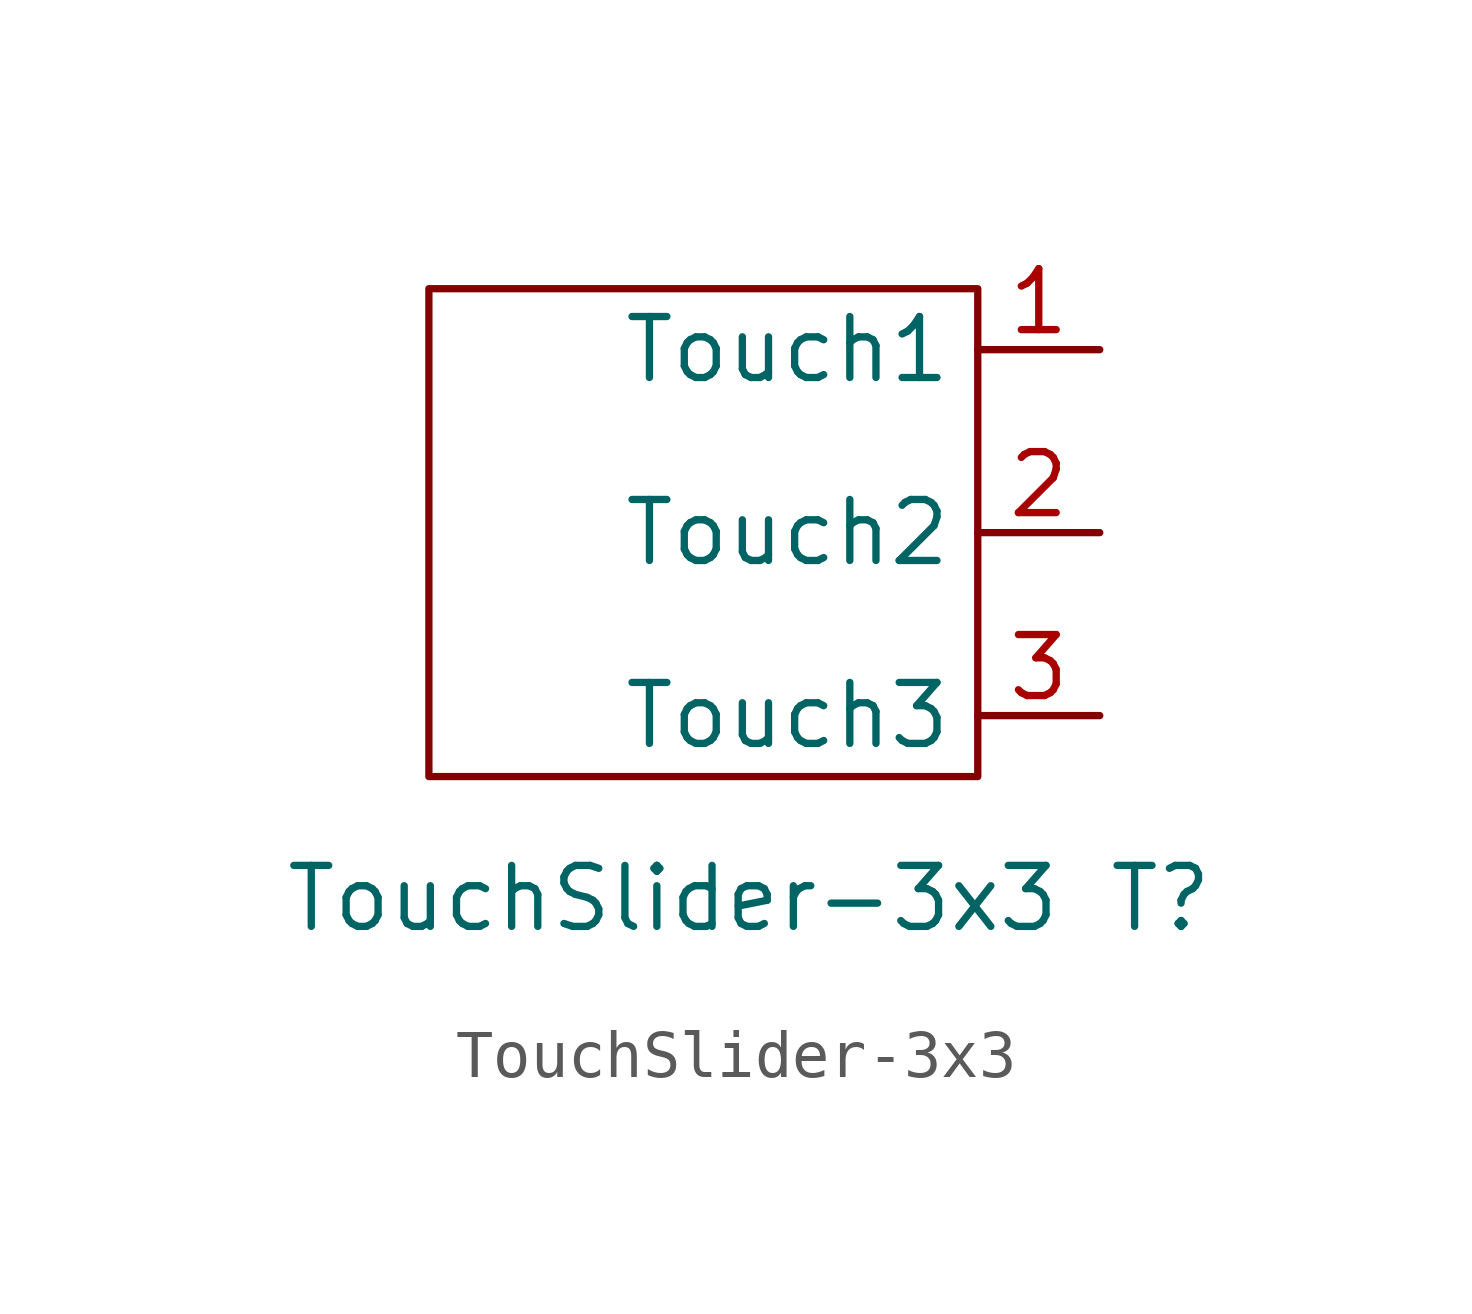
<source format=kicad_sym>
(kicad_symbol_lib
  (version 20211014)
  (generator kicad_symbol_editor)
  (symbol "TouchSlider-3x3"
    (property "Reference" "T"
      (at 10.16 -6.35 0)
      (effects (font (size 1.27 1.27))))
    (property "Value" "TouchSlider-3x3"
      (at 0 -6.35 0)
      (effects (font (size 1.27 1.27))))
    (symbol "TouchSlider-3x3_0_1"
      (rectangle (start -5.08 6.35) (end 6.35 -3.81) (stroke (width 0.152) (type default) (color 0 0 0 0)) (fill (type none))))
    (symbol "TouchSlider-3x3_1_1"
      (pin bidirectional line (at 8.89 5.08 180) (length 2.54) (name "Touch1" (effects (font (size 1.27 1.27)))) (number "1" (effects (font (size 1.27 1.27)))))
      (pin bidirectional line (at 8.89 1.27 180) (length 2.54) (name "Touch2" (effects (font (size 1.27 1.27)))) (number "2" (effects (font (size 1.27 1.27)))))
      (pin bidirectional line (at 8.89 -2.54 180) (length 2.54) (name "Touch3" (effects (font (size 1.27 1.27)))) (number "3" (effects (font (size 1.27 1.27))))))))
</source>
